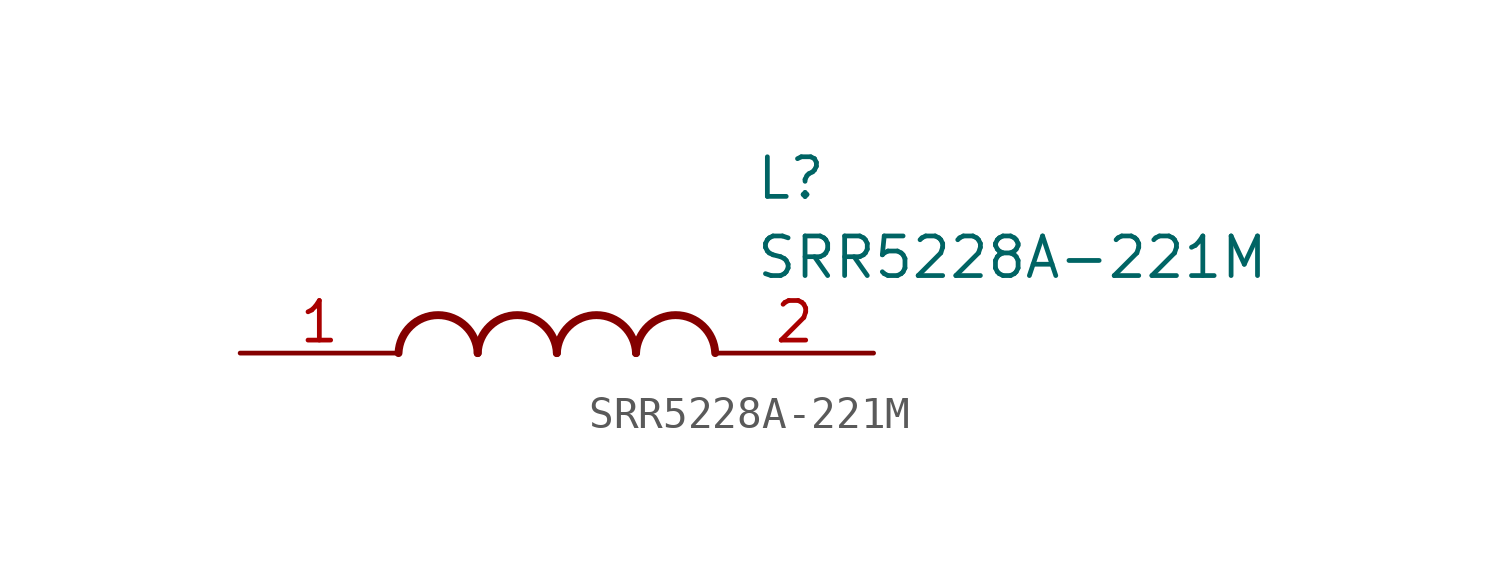
<source format=kicad_sym>
(kicad_symbol_lib
  (version 20211014)
  (generator SamacSys_ECAD_Model)
  (symbol "SRR5228A-221M"
    (pin_names hide)
    (property "Reference" "L"
      (at 16.51 6.35 0)
      (effects (font (size 1.27 1.27)) (justify left top)))
    (property "Value" "SRR5228A-221M"
      (at 16.51 3.81 0)
      (effects (font (size 1.27 1.27)) (justify left top)))
    (arc
      (start 7.62 0)
      (mid 6.35 1.219)
      (end 5.08 0)
      (stroke (width 0.254) (type default))
      (fill (type none)))
    (arc
      (start 10.16 0)
      (mid 8.89 1.219)
      (end 7.62 0)
      (stroke (width 0.254) (type default))
      (fill (type none)))
    (arc
      (start 12.7 0)
      (mid 11.43 1.219)
      (end 10.16 0)
      (stroke (width 0.254) (type default))
      (fill (type none)))
    (arc
      (start 15.24 0)
      (mid 13.97 1.219)
      (end 12.7 0)
      (stroke (width 0.254) (type default))
      (fill (type none)))
    (pin passive line
      (at 0 0 0)
      (length 5.08)
      (name "1" (effects (font (size 1.27 1.27))))
      (number "1" (effects (font (size 1.27 1.27)))))
    (pin passive line
      (at 20.32 0 180)
      (length 5.08)
      (name "2" (effects (font (size 1.27 1.27))))
      (number "2" (effects (font (size 1.27 1.27)))))))
</source>
